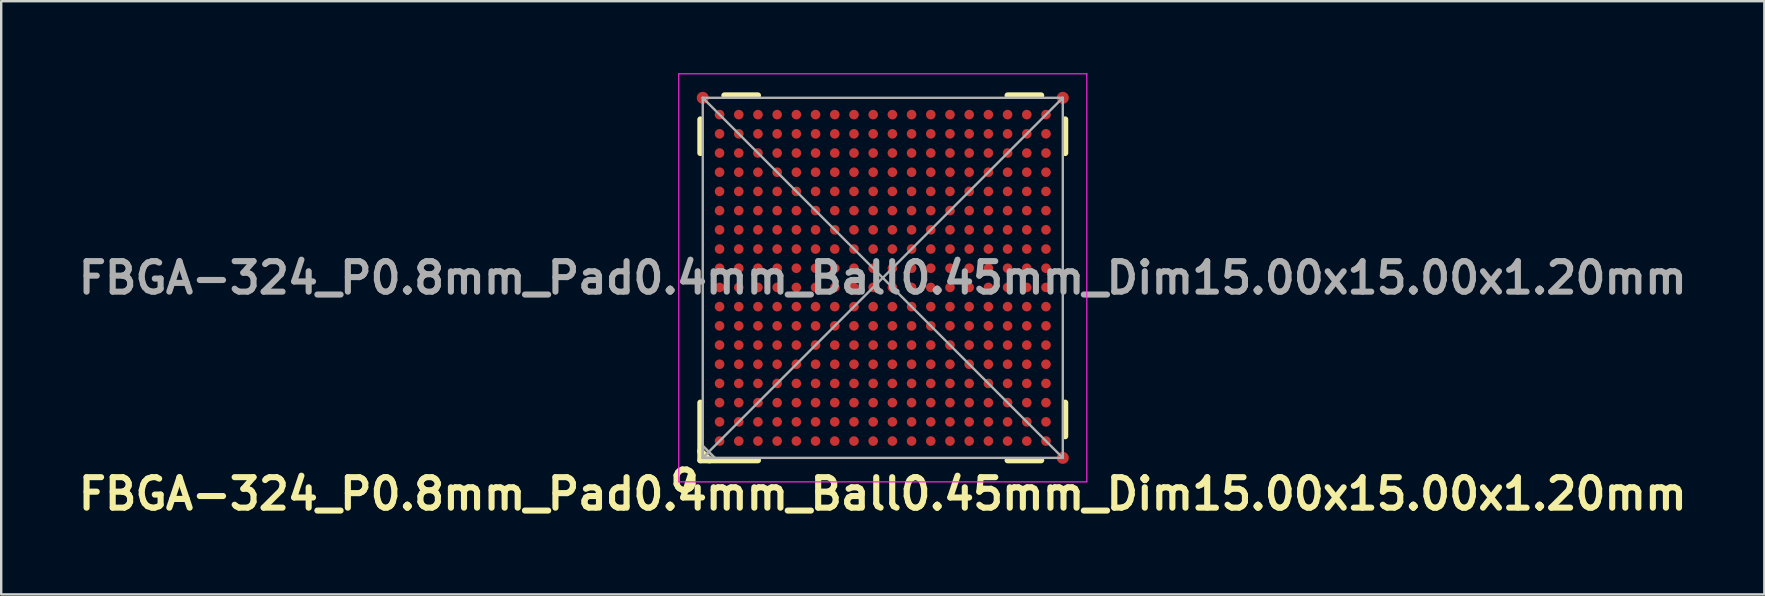
<source format=kicad_pcb>
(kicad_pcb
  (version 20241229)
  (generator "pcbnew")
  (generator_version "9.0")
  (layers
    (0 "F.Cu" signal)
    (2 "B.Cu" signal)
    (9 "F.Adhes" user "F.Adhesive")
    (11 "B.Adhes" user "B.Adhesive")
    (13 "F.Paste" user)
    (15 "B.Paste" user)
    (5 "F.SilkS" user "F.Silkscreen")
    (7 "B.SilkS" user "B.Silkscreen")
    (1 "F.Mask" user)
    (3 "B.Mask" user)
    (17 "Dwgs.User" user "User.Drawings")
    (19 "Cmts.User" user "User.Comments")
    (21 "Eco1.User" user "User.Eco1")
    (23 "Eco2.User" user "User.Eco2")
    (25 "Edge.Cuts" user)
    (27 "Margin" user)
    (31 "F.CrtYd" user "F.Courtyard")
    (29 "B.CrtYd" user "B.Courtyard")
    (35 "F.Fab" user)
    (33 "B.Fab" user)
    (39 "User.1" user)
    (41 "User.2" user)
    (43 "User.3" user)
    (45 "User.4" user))
  (footprint "FBGA-324_P0.8mm_Pad0.4mm_Ball0.45mm_Dim15.00x15.00x1.20mm"
    (layer "F.Cu")
    (at 33.728 8.525)
    (property "Reference" "FBGA-324_P0.8mm_Pad0.4mm_Ball0.45mm_Dim15.00x15.00x1.20mm" (at 0 9 0) (layer "F.SilkS") (effects (font (size 1.27 1.27) (thickness 0.254) (bold yes))))
    (attr smd)
    (fp_line (start -7.6 -5.2) (end -7.6 -6.6) (stroke (width 0.254) (type solid)) (layer "F.SilkS"))
    (fp_line (start -7.6 7.2) (end -7.2 7.6) (stroke (width 0.254) (type default)) (layer "F.SilkS"))
    (fp_line (start -7.6 7.25) (end -7.25 7.6) (stroke (width 0.254) (type default)) (layer "F.SilkS"))
    (fp_line (start -7.6 7.6) (end -7.6 5.2) (stroke (width 0.254) (type solid)) (layer "F.SilkS"))
    (fp_line (start -6.6 -7.6) (end -5.2 -7.6) (stroke (width 0.254) (type solid)) (layer "F.SilkS"))
    (fp_line (start -5.2 7.6) (end -7.6 7.6) (stroke (width 0.254) (type solid)) (layer "F.SilkS"))
    (fp_line (start 5.2 -7.6) (end 6.6 -7.6) (stroke (width 0.254) (type solid)) (layer "F.SilkS"))
    (fp_line (start 6.6 7.6) (end 5.2 7.6) (stroke (width 0.254) (type solid)) (layer "F.SilkS"))
    (fp_line (start 7.6 -6.6) (end 7.6 -5.2) (stroke (width 0.254) (type solid)) (layer "F.SilkS"))
    (fp_line (start 7.6 5.2) (end 7.6 6.6) (stroke (width 0.254) (type solid)) (layer "F.SilkS"))
    (fp_line (start -8.5 -8.5) (end -8.5 8.5) (stroke (width 0.05) (type solid)) (layer "F.CrtYd"))
    (fp_line (start -8.5 8.5) (end 8.5 8.5) (stroke (width 0.05) (type solid)) (layer "F.CrtYd"))
    (fp_line (start 8.5 -8.5) (end -8.5 -8.5) (stroke (width 0.05) (type solid)) (layer "F.CrtYd"))
    (fp_line (start 8.5 8.5) (end 8.5 -8.5) (stroke (width 0.05) (type solid)) (layer "F.CrtYd"))
    (fp_line (start -7.5 -7.5) (end 7.5 -7.5) (stroke (width 0.1) (type solid)) (layer "F.Fab"))
    (fp_line (start -7.5 -7.5) (end 7.5 7.5) (stroke (width 0.1) (type default)) (layer "F.Fab"))
    (fp_line (start -7.5 7.5) (end -7.5 -7.5) (stroke (width 0.1) (type solid)) (layer "F.Fab"))
    (fp_line (start -7 7.5) (end -7.5 7) (stroke (width 0.1) (type solid)) (layer "F.Fab"))
    (fp_line (start 7.5 -7.5) (end -7.5 7.5) (stroke (width 0.1) (type default)) (layer "F.Fab"))
    (fp_line (start 7.5 -7.5) (end 7.5 7.5) (stroke (width 0.1) (type solid)) (layer "F.Fab"))
    (fp_line (start 7.5 7.5) (end -7.5 7.5) (stroke (width 0.1) (type solid)) (layer "F.Fab"))
    (fp_poly (pts (xy -7.5 7) (xy -7.5 7.5) (xy -7 7.5)) (stroke (width 0.1) (type solid)) (fill no) (layer "F.Fab"))
    (fp_text user "o" (at -9 9 0) (unlocked yes) (layer "F.SilkS") (effects (font (size 1.27 1.27) (thickness 0.254) (bold yes)) (justify left bottom)))
    (fp_text user "${REFERENCE}" (at 0 0 0) (layer "F.Fab") (effects (font (size 1.27 1.27) (thickness 0.254) (bold yes))))
    (pad "" smd rect (at -6.8 -6.8 90) (size 0.42 0.42) (layers "F.Paste"))
    (pad "" smd rect (at -6.8 -6 90) (size 0.42 0.42) (layers "F.Paste"))
    (pad "" smd rect (at -6.8 -5.2 90) (size 0.42 0.42) (layers "F.Paste"))
    (pad "" smd rect (at -6.8 -4.4 90) (size 0.42 0.42) (layers "F.Paste"))
    (pad "" smd rect (at -6.8 -3.6 90) (size 0.42 0.42) (layers "F.Paste"))
    (pad "" smd rect (at -6.8 -2.8 90) (size 0.42 0.42) (layers "F.Paste"))
    (pad "" smd rect (at -6.8 -2 90) (size 0.42 0.42) (layers "F.Paste"))
    (pad "" smd rect (at -6.8 -1.2 90) (size 0.42 0.42) (layers "F.Paste"))
    (pad "" smd rect (at -6.8 -0.4 90) (size 0.42 0.42) (layers "F.Paste"))
    (pad "" smd rect (at -6.8 0.4 90) (size 0.42 0.42) (layers "F.Paste"))
    (pad "" smd rect (at -6.8 1.2 90) (size 0.42 0.42) (layers "F.Paste"))
    (pad "" smd rect (at -6.8 2 90) (size 0.42 0.42) (layers "F.Paste"))
    (pad "" smd rect (at -6.8 2.8 90) (size 0.42 0.42) (layers "F.Paste"))
    (pad "" smd rect (at -6.8 3.6 90) (size 0.42 0.42) (layers "F.Paste"))
    (pad "" smd rect (at -6.8 4.4 90) (size 0.42 0.42) (layers "F.Paste"))
    (pad "" smd rect (at -6.8 5.2 90) (size 0.42 0.42) (layers "F.Paste"))
    (pad "" smd rect (at -6.8 6 90) (size 0.42 0.42) (layers "F.Paste"))
    (pad "" smd rect (at -6.8 6.8 90) (size 0.42 0.42) (layers "F.Paste"))
    (pad "" smd rect (at -6 -6.8 90) (size 0.42 0.42) (layers "F.Paste"))
    (pad "" smd rect (at -6 -6 90) (size 0.42 0.42) (layers "F.Paste"))
    (pad "" smd rect (at -6 -5.2 90) (size 0.42 0.42) (layers "F.Paste"))
    (pad "" smd rect (at -6 -4.4 90) (size 0.42 0.42) (layers "F.Paste"))
    (pad "" smd rect (at -6 -3.6 90) (size 0.42 0.42) (layers "F.Paste"))
    (pad "" smd rect (at -6 -2.8 90) (size 0.42 0.42) (layers "F.Paste"))
    (pad "" smd rect (at -6 -2 90) (size 0.42 0.42) (layers "F.Paste"))
    (pad "" smd rect (at -6 -1.2 90) (size 0.42 0.42) (layers "F.Paste"))
    (pad "" smd rect (at -6 -0.4 90) (size 0.42 0.42) (layers "F.Paste"))
    (pad "" smd rect (at -6 0.4 90) (size 0.42 0.42) (layers "F.Paste"))
    (pad "" smd rect (at -6 1.2 90) (size 0.42 0.42) (layers "F.Paste"))
    (pad "" smd rect (at -6 2 90) (size 0.42 0.42) (layers "F.Paste"))
    (pad "" smd rect (at -6 2.8 90) (size 0.42 0.42) (layers "F.Paste"))
    (pad "" smd rect (at -6 3.6 90) (size 0.42 0.42) (layers "F.Paste"))
    (pad "" smd rect (at -6 4.4 90) (size 0.42 0.42) (layers "F.Paste"))
    (pad "" smd rect (at -6 5.2 90) (size 0.42 0.42) (layers "F.Paste"))
    (pad "" smd rect (at -6 6 90) (size 0.42 0.42) (layers "F.Paste"))
    (pad "" smd rect (at -6 6.8 90) (size 0.42 0.42) (layers "F.Paste"))
    (pad "" smd rect (at -5.2 -6.8 90) (size 0.42 0.42) (layers "F.Paste"))
    (pad "" smd rect (at -5.2 -6 90) (size 0.42 0.42) (layers "F.Paste"))
    (pad "" smd rect (at -5.2 -5.2 90) (size 0.42 0.42) (layers "F.Paste"))
    (pad "" smd rect (at -5.2 -4.4 90) (size 0.42 0.42) (layers "F.Paste"))
    (pad "" smd rect (at -5.2 -3.6 90) (size 0.42 0.42) (layers "F.Paste"))
    (pad "" smd rect (at -5.2 -2.8 90) (size 0.42 0.42) (layers "F.Paste"))
    (pad "" smd rect (at -5.2 -2 90) (size 0.42 0.42) (layers "F.Paste"))
    (pad "" smd rect (at -5.2 -1.2 90) (size 0.42 0.42) (layers "F.Paste"))
    (pad "" smd rect (at -5.2 -0.4 90) (size 0.42 0.42) (layers "F.Paste"))
    (pad "" smd rect (at -5.2 0.4 90) (size 0.42 0.42) (layers "F.Paste"))
    (pad "" smd rect (at -5.2 1.2 90) (size 0.42 0.42) (layers "F.Paste"))
    (pad "" smd rect (at -5.2 2 90) (size 0.42 0.42) (layers "F.Paste"))
    (pad "" smd rect (at -5.2 2.8 90) (size 0.42 0.42) (layers "F.Paste"))
    (pad "" smd rect (at -5.2 3.6 90) (size 0.42 0.42) (layers "F.Paste"))
    (pad "" smd rect (at -5.2 4.4 90) (size 0.42 0.42) (layers "F.Paste"))
    (pad "" smd rect (at -5.2 5.2 90) (size 0.42 0.42) (layers "F.Paste"))
    (pad "" smd rect (at -5.2 6 90) (size 0.42 0.42) (layers "F.Paste"))
    (pad "" smd rect (at -5.2 6.8 90) (size 0.42 0.42) (layers "F.Paste"))
    (pad "" smd rect (at -4.4 -6.8 90) (size 0.42 0.42) (layers "F.Paste"))
    (pad "" smd rect (at -4.4 -6 90) (size 0.42 0.42) (layers "F.Paste"))
    (pad "" smd rect (at -4.4 -5.2 90) (size 0.42 0.42) (layers "F.Paste"))
    (pad "" smd rect (at -4.4 -4.4 90) (size 0.42 0.42) (layers "F.Paste"))
    (pad "" smd rect (at -4.4 -3.6 90) (size 0.42 0.42) (layers "F.Paste"))
    (pad "" smd rect (at -4.4 -2.8 90) (size 0.42 0.42) (layers "F.Paste"))
    (pad "" smd rect (at -4.4 -2 90) (size 0.42 0.42) (layers "F.Paste"))
    (pad "" smd rect (at -4.4 -1.2 90) (size 0.42 0.42) (layers "F.Paste"))
    (pad "" smd rect (at -4.4 -0.4 90) (size 0.42 0.42) (layers "F.Paste"))
    (pad "" smd rect (at -4.4 0.4 90) (size 0.42 0.42) (layers "F.Paste"))
    (pad "" smd rect (at -4.4 1.2 90) (size 0.42 0.42) (layers "F.Paste"))
    (pad "" smd rect (at -4.4 2 90) (size 0.42 0.42) (layers "F.Paste"))
    (pad "" smd rect (at -4.4 2.8 90) (size 0.42 0.42) (layers "F.Paste"))
    (pad "" smd rect (at -4.4 3.6 90) (size 0.42 0.42) (layers "F.Paste"))
    (pad "" smd rect (at -4.4 4.4 90) (size 0.42 0.42) (layers "F.Paste"))
    (pad "" smd rect (at -4.4 5.2 90) (size 0.42 0.42) (layers "F.Paste"))
    (pad "" smd rect (at -4.4 6 90) (size 0.42 0.42) (layers "F.Paste"))
    (pad "" smd rect (at -4.4 6.8 90) (size 0.42 0.42) (layers "F.Paste"))
    (pad "" smd rect (at -3.6 -6.8 90) (size 0.42 0.42) (layers "F.Paste"))
    (pad "" smd rect (at -3.6 -6 90) (size 0.42 0.42) (layers "F.Paste"))
    (pad "" smd rect (at -3.6 -5.2 90) (size 0.42 0.42) (layers "F.Paste"))
    (pad "" smd rect (at -3.6 -4.4 90) (size 0.42 0.42) (layers "F.Paste"))
    (pad "" smd rect (at -3.6 -3.6 90) (size 0.42 0.42) (layers "F.Paste"))
    (pad "" smd rect (at -3.6 -2.8 90) (size 0.42 0.42) (layers "F.Paste"))
    (pad "" smd rect (at -3.6 -2 90) (size 0.42 0.42) (layers "F.Paste"))
    (pad "" smd rect (at -3.6 -1.2 90) (size 0.42 0.42) (layers "F.Paste"))
    (pad "" smd rect (at -3.6 -0.4 90) (size 0.42 0.42) (layers "F.Paste"))
    (pad "" smd rect (at -3.6 0.4 90) (size 0.42 0.42) (layers "F.Paste"))
    (pad "" smd rect (at -3.6 1.2 90) (size 0.42 0.42) (layers "F.Paste"))
    (pad "" smd rect (at -3.6 2 90) (size 0.42 0.42) (layers "F.Paste"))
    (pad "" smd rect (at -3.6 2.8 90) (size 0.42 0.42) (layers "F.Paste"))
    (pad "" smd rect (at -3.6 3.6 90) (size 0.42 0.42) (layers "F.Paste"))
    (pad "" smd rect (at -3.6 4.4 90) (size 0.42 0.42) (layers "F.Paste"))
    (pad "" smd rect (at -3.6 5.2 90) (size 0.42 0.42) (layers "F.Paste"))
    (pad "" smd rect (at -3.6 6 90) (size 0.42 0.42) (layers "F.Paste"))
    (pad "" smd rect (at -3.6 6.8 90) (size 0.42 0.42) (layers "F.Paste"))
    (pad "" smd rect (at -2.8 -6.8 90) (size 0.42 0.42) (layers "F.Paste"))
    (pad "" smd rect (at -2.8 -6 90) (size 0.42 0.42) (layers "F.Paste"))
    (pad "" smd rect (at -2.8 -5.2 90) (size 0.42 0.42) (layers "F.Paste"))
    (pad "" smd rect (at -2.8 -4.4 90) (size 0.42 0.42) (layers "F.Paste"))
    (pad "" smd rect (at -2.8 -3.6 90) (size 0.42 0.42) (layers "F.Paste"))
    (pad "" smd rect (at -2.8 -2.8 90) (size 0.42 0.42) (layers "F.Paste"))
    (pad "" smd rect (at -2.8 -2 90) (size 0.42 0.42) (layers "F.Paste"))
    (pad "" smd rect (at -2.8 -1.2 90) (size 0.42 0.42) (layers "F.Paste"))
    (pad "" smd rect (at -2.8 -0.4 90) (size 0.42 0.42) (layers "F.Paste"))
    (pad "" smd rect (at -2.8 0.4 90) (size 0.42 0.42) (layers "F.Paste"))
    (pad "" smd rect (at -2.8 1.2 90) (size 0.42 0.42) (layers "F.Paste"))
    (pad "" smd rect (at -2.8 2 90) (size 0.42 0.42) (layers "F.Paste"))
    (pad "" smd rect (at -2.8 2.8 90) (size 0.42 0.42) (layers "F.Paste"))
    (pad "" smd rect (at -2.8 3.6 90) (size 0.42 0.42) (layers "F.Paste"))
    (pad "" smd rect (at -2.8 4.4 90) (size 0.42 0.42) (layers "F.Paste"))
    (pad "" smd rect (at -2.8 5.2 90) (size 0.42 0.42) (layers "F.Paste"))
    (pad "" smd rect (at -2.8 6 90) (size 0.42 0.42) (layers "F.Paste"))
    (pad "" smd rect (at -2.8 6.8 90) (size 0.42 0.42) (layers "F.Paste"))
    (pad "" smd rect (at -2 -6.8 90) (size 0.42 0.42) (layers "F.Paste"))
    (pad "" smd rect (at -2 -6 90) (size 0.42 0.42) (layers "F.Paste"))
    (pad "" smd rect (at -2 -5.2 90) (size 0.42 0.42) (layers "F.Paste"))
    (pad "" smd rect (at -2 -4.4 90) (size 0.42 0.42) (layers "F.Paste"))
    (pad "" smd rect (at -2 -3.6 90) (size 0.42 0.42) (layers "F.Paste"))
    (pad "" smd rect (at -2 -2.8 90) (size 0.42 0.42) (layers "F.Paste"))
    (pad "" smd rect (at -2 -2 90) (size 0.42 0.42) (layers "F.Paste"))
    (pad "" smd rect (at -2 -1.2 90) (size 0.42 0.42) (layers "F.Paste"))
    (pad "" smd rect (at -2 -0.4 90) (size 0.42 0.42) (layers "F.Paste"))
    (pad "" smd rect (at -2 0.4 90) (size 0.42 0.42) (layers "F.Paste"))
    (pad "" smd rect (at -2 1.2 90) (size 0.42 0.42) (layers "F.Paste"))
    (pad "" smd rect (at -2 2 90) (size 0.42 0.42) (layers "F.Paste"))
    (pad "" smd rect (at -2 2.8 90) (size 0.42 0.42) (layers "F.Paste"))
    (pad "" smd rect (at -2 3.6 90) (size 0.42 0.42) (layers "F.Paste"))
    (pad "" smd rect (at -2 4.4 90) (size 0.42 0.42) (layers "F.Paste"))
    (pad "" smd rect (at -2 5.2 90) (size 0.42 0.42) (layers "F.Paste"))
    (pad "" smd rect (at -2 6 90) (size 0.42 0.42) (layers "F.Paste"))
    (pad "" smd rect (at -2 6.8 90) (size 0.42 0.42) (layers "F.Paste"))
    (pad "" smd rect (at -1.2 -6.8 90) (size 0.42 0.42) (layers "F.Paste"))
    (pad "" smd rect (at -1.2 -6 90) (size 0.42 0.42) (layers "F.Paste"))
    (pad "" smd rect (at -1.2 -5.2 90) (size 0.42 0.42) (layers "F.Paste"))
    (pad "" smd rect (at -1.2 -4.4 90) (size 0.42 0.42) (layers "F.Paste"))
    (pad "" smd rect (at -1.2 -3.6 90) (size 0.42 0.42) (layers "F.Paste"))
    (pad "" smd rect (at -1.2 -2.8 90) (size 0.42 0.42) (layers "F.Paste"))
    (pad "" smd rect (at -1.2 -2 90) (size 0.42 0.42) (layers "F.Paste"))
    (pad "" smd rect (at -1.2 -1.2 90) (size 0.42 0.42) (layers "F.Paste"))
    (pad "" smd rect (at -1.2 -0.4 90) (size 0.42 0.42) (layers "F.Paste"))
    (pad "" smd rect (at -1.2 0.4 90) (size 0.42 0.42) (layers "F.Paste"))
    (pad "" smd rect (at -1.2 1.2 90) (size 0.42 0.42) (layers "F.Paste"))
    (pad "" smd rect (at -1.2 2 90) (size 0.42 0.42) (layers "F.Paste"))
    (pad "" smd rect (at -1.2 2.8 90) (size 0.42 0.42) (layers "F.Paste"))
    (pad "" smd rect (at -1.2 3.6 90) (size 0.42 0.42) (layers "F.Paste"))
    (pad "" smd rect (at -1.2 4.4 90) (size 0.42 0.42) (layers "F.Paste"))
    (pad "" smd rect (at -1.2 5.2 90) (size 0.42 0.42) (layers "F.Paste"))
    (pad "" smd rect (at -1.2 6 90) (size 0.42 0.42) (layers "F.Paste"))
    (pad "" smd rect (at -1.2 6.8 90) (size 0.42 0.42) (layers "F.Paste"))
    (pad "" smd rect (at -0.4 -6.8 90) (size 0.42 0.42) (layers "F.Paste"))
    (pad "" smd rect (at -0.4 -6 90) (size 0.42 0.42) (layers "F.Paste"))
    (pad "" smd rect (at -0.4 -5.2 90) (size 0.42 0.42) (layers "F.Paste"))
    (pad "" smd rect (at -0.4 -4.4 90) (size 0.42 0.42) (layers "F.Paste"))
    (pad "" smd rect (at -0.4 -3.6 90) (size 0.42 0.42) (layers "F.Paste"))
    (pad "" smd rect (at -0.4 -2.8 90) (size 0.42 0.42) (layers "F.Paste"))
    (pad "" smd rect (at -0.4 -2 90) (size 0.42 0.42) (layers "F.Paste"))
    (pad "" smd rect (at -0.4 -1.2 90) (size 0.42 0.42) (layers "F.Paste"))
    (pad "" smd rect (at -0.4 -0.4 90) (size 0.42 0.42) (layers "F.Paste"))
    (pad "" smd rect (at -0.4 0.4 90) (size 0.42 0.42) (layers "F.Paste"))
    (pad "" smd rect (at -0.4 1.2 90) (size 0.42 0.42) (layers "F.Paste"))
    (pad "" smd rect (at -0.4 2 90) (size 0.42 0.42) (layers "F.Paste"))
    (pad "" smd rect (at -0.4 2.8 90) (size 0.42 0.42) (layers "F.Paste"))
    (pad "" smd rect (at -0.4 3.6 90) (size 0.42 0.42) (layers "F.Paste"))
    (pad "" smd rect (at -0.4 4.4 90) (size 0.42 0.42) (layers "F.Paste"))
    (pad "" smd rect (at -0.4 5.2 90) (size 0.42 0.42) (layers "F.Paste"))
    (pad "" smd rect (at -0.4 6 90) (size 0.42 0.42) (layers "F.Paste"))
    (pad "" smd rect (at -0.4 6.8 90) (size 0.42 0.42) (layers "F.Paste"))
    (pad "" smd rect (at 0.4 -6.8 90) (size 0.42 0.42) (layers "F.Paste"))
    (pad "" smd rect (at 0.4 -6 90) (size 0.42 0.42) (layers "F.Paste"))
    (pad "" smd rect (at 0.4 -5.2 90) (size 0.42 0.42) (layers "F.Paste"))
    (pad "" smd rect (at 0.4 -4.4 90) (size 0.42 0.42) (layers "F.Paste"))
    (pad "" smd rect (at 0.4 -3.6 90) (size 0.42 0.42) (layers "F.Paste"))
    (pad "" smd rect (at 0.4 -2.8 90) (size 0.42 0.42) (layers "F.Paste"))
    (pad "" smd rect (at 0.4 -2 90) (size 0.42 0.42) (layers "F.Paste"))
    (pad "" smd rect (at 0.4 -1.2 90) (size 0.42 0.42) (layers "F.Paste"))
    (pad "" smd rect (at 0.4 -0.4 90) (size 0.42 0.42) (layers "F.Paste"))
    (pad "" smd rect (at 0.4 0.4 90) (size 0.42 0.42) (layers "F.Paste"))
    (pad "" smd rect (at 0.4 1.2 90) (size 0.42 0.42) (layers "F.Paste"))
    (pad "" smd rect (at 0.4 2 90) (size 0.42 0.42) (layers "F.Paste"))
    (pad "" smd rect (at 0.4 2.8 90) (size 0.42 0.42) (layers "F.Paste"))
    (pad "" smd rect (at 0.4 3.6 90) (size 0.42 0.42) (layers "F.Paste"))
    (pad "" smd rect (at 0.4 4.4 90) (size 0.42 0.42) (layers "F.Paste"))
    (pad "" smd rect (at 0.4 5.2 90) (size 0.42 0.42) (layers "F.Paste"))
    (pad "" smd rect (at 0.4 6 90) (size 0.42 0.42) (layers "F.Paste"))
    (pad "" smd rect (at 0.4 6.8 90) (size 0.42 0.42) (layers "F.Paste"))
    (pad "" smd rect (at 1.2 -6.8 90) (size 0.42 0.42) (layers "F.Paste"))
    (pad "" smd rect (at 1.2 -6 90) (size 0.42 0.42) (layers "F.Paste"))
    (pad "" smd rect (at 1.2 -5.2 90) (size 0.42 0.42) (layers "F.Paste"))
    (pad "" smd rect (at 1.2 -4.4 90) (size 0.42 0.42) (layers "F.Paste"))
    (pad "" smd rect (at 1.2 -3.6 90) (size 0.42 0.42) (layers "F.Paste"))
    (pad "" smd rect (at 1.2 -2.8 90) (size 0.42 0.42) (layers "F.Paste"))
    (pad "" smd rect (at 1.2 -2 90) (size 0.42 0.42) (layers "F.Paste"))
    (pad "" smd rect (at 1.2 -1.2 90) (size 0.42 0.42) (layers "F.Paste"))
    (pad "" smd rect (at 1.2 -0.4 90) (size 0.42 0.42) (layers "F.Paste"))
    (pad "" smd rect (at 1.2 0.4 90) (size 0.42 0.42) (layers "F.Paste"))
    (pad "" smd rect (at 1.2 1.2 90) (size 0.42 0.42) (layers "F.Paste"))
    (pad "" smd rect (at 1.2 2 90) (size 0.42 0.42) (layers "F.Paste"))
    (pad "" smd rect (at 1.2 2.8 90) (size 0.42 0.42) (layers "F.Paste"))
    (pad "" smd rect (at 1.2 3.6 90) (size 0.42 0.42) (layers "F.Paste"))
    (pad "" smd rect (at 1.2 4.4 90) (size 0.42 0.42) (layers "F.Paste"))
    (pad "" smd rect (at 1.2 5.2 90) (size 0.42 0.42) (layers "F.Paste"))
    (pad "" smd rect (at 1.2 6 90) (size 0.42 0.42) (layers "F.Paste"))
    (pad "" smd rect (at 1.2 6.8 90) (size 0.42 0.42) (layers "F.Paste"))
    (pad "" smd rect (at 2 -6.8 90) (size 0.42 0.42) (layers "F.Paste"))
    (pad "" smd rect (at 2 -6 90) (size 0.42 0.42) (layers "F.Paste"))
    (pad "" smd rect (at 2 -5.2 90) (size 0.42 0.42) (layers "F.Paste"))
    (pad "" smd rect (at 2 -4.4 90) (size 0.42 0.42) (layers "F.Paste"))
    (pad "" smd rect (at 2 -3.6 90) (size 0.42 0.42) (layers "F.Paste"))
    (pad "" smd rect (at 2 -2.8 90) (size 0.42 0.42) (layers "F.Paste"))
    (pad "" smd rect (at 2 -2 90) (size 0.42 0.42) (layers "F.Paste"))
    (pad "" smd rect (at 2 -1.2 90) (size 0.42 0.42) (layers "F.Paste"))
    (pad "" smd rect (at 2 -0.4 90) (size 0.42 0.42) (layers "F.Paste"))
    (pad "" smd rect (at 2 0.4 90) (size 0.42 0.42) (layers "F.Paste"))
    (pad "" smd rect (at 2 1.2 90) (size 0.42 0.42) (layers "F.Paste"))
    (pad "" smd rect (at 2 2 90) (size 0.42 0.42) (layers "F.Paste"))
    (pad "" smd rect (at 2 2.8 90) (size 0.42 0.42) (layers "F.Paste"))
    (pad "" smd rect (at 2 3.6 90) (size 0.42 0.42) (layers "F.Paste"))
    (pad "" smd rect (at 2 4.4 90) (size 0.42 0.42) (layers "F.Paste"))
    (pad "" smd rect (at 2 5.2 90) (size 0.42 0.42) (layers "F.Paste"))
    (pad "" smd rect (at 2 6 90) (size 0.42 0.42) (layers "F.Paste"))
    (pad "" smd rect (at 2 6.8 90) (size 0.42 0.42) (layers "F.Paste"))
    (pad "" smd rect (at 2.8 -6.8 90) (size 0.42 0.42) (layers "F.Paste"))
    (pad "" smd rect (at 2.8 -6 90) (size 0.42 0.42) (layers "F.Paste"))
    (pad "" smd rect (at 2.8 -5.2 90) (size 0.42 0.42) (layers "F.Paste"))
    (pad "" smd rect (at 2.8 -4.4 90) (size 0.42 0.42) (layers "F.Paste"))
    (pad "" smd rect (at 2.8 -3.6 90) (size 0.42 0.42) (layers "F.Paste"))
    (pad "" smd rect (at 2.8 -2.8 90) (size 0.42 0.42) (layers "F.Paste"))
    (pad "" smd rect (at 2.8 -2 90) (size 0.42 0.42) (layers "F.Paste"))
    (pad "" smd rect (at 2.8 -1.2 90) (size 0.42 0.42) (layers "F.Paste"))
    (pad "" smd rect (at 2.8 -0.4 90) (size 0.42 0.42) (layers "F.Paste"))
    (pad "" smd rect (at 2.8 0.4 90) (size 0.42 0.42) (layers "F.Paste"))
    (pad "" smd rect (at 2.8 1.2 90) (size 0.42 0.42) (layers "F.Paste"))
    (pad "" smd rect (at 2.8 2 90) (size 0.42 0.42) (layers "F.Paste"))
    (pad "" smd rect (at 2.8 2.8 90) (size 0.42 0.42) (layers "F.Paste"))
    (pad "" smd rect (at 2.8 3.6 90) (size 0.42 0.42) (layers "F.Paste"))
    (pad "" smd rect (at 2.8 4.4 90) (size 0.42 0.42) (layers "F.Paste"))
    (pad "" smd rect (at 2.8 5.2 90) (size 0.42 0.42) (layers "F.Paste"))
    (pad "" smd rect (at 2.8 6 90) (size 0.42 0.42) (layers "F.Paste"))
    (pad "" smd rect (at 2.8 6.8 90) (size 0.42 0.42) (layers "F.Paste"))
    (pad "" smd rect (at 3.6 -6.8 90) (size 0.42 0.42) (layers "F.Paste"))
    (pad "" smd rect (at 3.6 -6 90) (size 0.42 0.42) (layers "F.Paste"))
    (pad "" smd rect (at 3.6 -5.2 90) (size 0.42 0.42) (layers "F.Paste"))
    (pad "" smd rect (at 3.6 -4.4 90) (size 0.42 0.42) (layers "F.Paste"))
    (pad "" smd rect (at 3.6 -3.6 90) (size 0.42 0.42) (layers "F.Paste"))
    (pad "" smd rect (at 3.6 -2.8 90) (size 0.42 0.42) (layers "F.Paste"))
    (pad "" smd rect (at 3.6 -2 90) (size 0.42 0.42) (layers "F.Paste"))
    (pad "" smd rect (at 3.6 -1.2 90) (size 0.42 0.42) (layers "F.Paste"))
    (pad "" smd rect (at 3.6 -0.4 90) (size 0.42 0.42) (layers "F.Paste"))
    (pad "" smd rect (at 3.6 0.4 90) (size 0.42 0.42) (layers "F.Paste"))
    (pad "" smd rect (at 3.6 1.2 90) (size 0.42 0.42) (layers "F.Paste"))
    (pad "" smd rect (at 3.6 2 90) (size 0.42 0.42) (layers "F.Paste"))
    (pad "" smd rect (at 3.6 2.8 90) (size 0.42 0.42) (layers "F.Paste"))
    (pad "" smd rect (at 3.6 3.6 90) (size 0.42 0.42) (layers "F.Paste"))
    (pad "" smd rect (at 3.6 4.4 90) (size 0.42 0.42) (layers "F.Paste"))
    (pad "" smd rect (at 3.6 5.2 90) (size 0.42 0.42) (layers "F.Paste"))
    (pad "" smd rect (at 3.6 6 90) (size 0.42 0.42) (layers "F.Paste"))
    (pad "" smd rect (at 3.6 6.8 90) (size 0.42 0.42) (layers "F.Paste"))
    (pad "" smd rect (at 4.4 -6.8 90) (size 0.42 0.42) (layers "F.Paste"))
    (pad "" smd rect (at 4.4 -6 90) (size 0.42 0.42) (layers "F.Paste"))
    (pad "" smd rect (at 4.4 -5.2 90) (size 0.42 0.42) (layers "F.Paste"))
    (pad "" smd rect (at 4.4 -4.4 90) (size 0.42 0.42) (layers "F.Paste"))
    (pad "" smd rect (at 4.4 -3.6 90) (size 0.42 0.42) (layers "F.Paste"))
    (pad "" smd rect (at 4.4 -2.8 90) (size 0.42 0.42) (layers "F.Paste"))
    (pad "" smd rect (at 4.4 -2 90) (size 0.42 0.42) (layers "F.Paste"))
    (pad "" smd rect (at 4.4 -1.2 90) (size 0.42 0.42) (layers "F.Paste"))
    (pad "" smd rect (at 4.4 -0.4 90) (size 0.42 0.42) (layers "F.Paste"))
    (pad "" smd rect (at 4.4 0.4 90) (size 0.42 0.42) (layers "F.Paste"))
    (pad "" smd rect (at 4.4 1.2 90) (size 0.42 0.42) (layers "F.Paste"))
    (pad "" smd rect (at 4.4 2 90) (size 0.42 0.42) (layers "F.Paste"))
    (pad "" smd rect (at 4.4 2.8 90) (size 0.42 0.42) (layers "F.Paste"))
    (pad "" smd rect (at 4.4 3.6 90) (size 0.42 0.42) (layers "F.Paste"))
    (pad "" smd rect (at 4.4 4.4 90) (size 0.42 0.42) (layers "F.Paste"))
    (pad "" smd rect (at 4.4 5.2 90) (size 0.42 0.42) (layers "F.Paste"))
    (pad "" smd rect (at 4.4 6 90) (size 0.42 0.42) (layers "F.Paste"))
    (pad "" smd rect (at 4.4 6.8 90) (size 0.42 0.42) (layers "F.Paste"))
    (pad "" smd rect (at 5.2 -6.8 90) (size 0.42 0.42) (layers "F.Paste"))
    (pad "" smd rect (at 5.2 -6 90) (size 0.42 0.42) (layers "F.Paste"))
    (pad "" smd rect (at 5.2 -5.2 90) (size 0.42 0.42) (layers "F.Paste"))
    (pad "" smd rect (at 5.2 -4.4 90) (size 0.42 0.42) (layers "F.Paste"))
    (pad "" smd rect (at 5.2 -3.6 90) (size 0.42 0.42) (layers "F.Paste"))
    (pad "" smd rect (at 5.2 -2.8 90) (size 0.42 0.42) (layers "F.Paste"))
    (pad "" smd rect (at 5.2 -2 90) (size 0.42 0.42) (layers "F.Paste"))
    (pad "" smd rect (at 5.2 -1.2 90) (size 0.42 0.42) (layers "F.Paste"))
    (pad "" smd rect (at 5.2 -0.4 90) (size 0.42 0.42) (layers "F.Paste"))
    (pad "" smd rect (at 5.2 0.4 90) (size 0.42 0.42) (layers "F.Paste"))
    (pad "" smd rect (at 5.2 1.2 90) (size 0.42 0.42) (layers "F.Paste"))
    (pad "" smd rect (at 5.2 2 90) (size 0.42 0.42) (layers "F.Paste"))
    (pad "" smd rect (at 5.2 2.8 90) (size 0.42 0.42) (layers "F.Paste"))
    (pad "" smd rect (at 5.2 3.6 90) (size 0.42 0.42) (layers "F.Paste"))
    (pad "" smd rect (at 5.2 4.4 90) (size 0.42 0.42) (layers "F.Paste"))
    (pad "" smd rect (at 5.2 5.2 90) (size 0.42 0.42) (layers "F.Paste"))
    (pad "" smd rect (at 5.2 6 90) (size 0.42 0.42) (layers "F.Paste"))
    (pad "" smd rect (at 5.2 6.8 90) (size 0.42 0.42) (layers "F.Paste"))
    (pad "" smd rect (at 6 -6.8 90) (size 0.42 0.42) (layers "F.Paste"))
    (pad "" smd rect (at 6 -6 90) (size 0.42 0.42) (layers "F.Paste"))
    (pad "" smd rect (at 6 -5.2 90) (size 0.42 0.42) (layers "F.Paste"))
    (pad "" smd rect (at 6 -4.4 90) (size 0.42 0.42) (layers "F.Paste"))
    (pad "" smd rect (at 6 -3.6 90) (size 0.42 0.42) (layers "F.Paste"))
    (pad "" smd rect (at 6 -2.8 90) (size 0.42 0.42) (layers "F.Paste"))
    (pad "" smd rect (at 6 -2 90) (size 0.42 0.42) (layers "F.Paste"))
    (pad "" smd rect (at 6 -1.2 90) (size 0.42 0.42) (layers "F.Paste"))
    (pad "" smd rect (at 6 -0.4 90) (size 0.42 0.42) (layers "F.Paste"))
    (pad "" smd rect (at 6 0.4 90) (size 0.42 0.42) (layers "F.Paste"))
    (pad "" smd rect (at 6 1.2 90) (size 0.42 0.42) (layers "F.Paste"))
    (pad "" smd rect (at 6 2 90) (size 0.42 0.42) (layers "F.Paste"))
    (pad "" smd rect (at 6 2.8 90) (size 0.42 0.42) (layers "F.Paste"))
    (pad "" smd rect (at 6 3.6 90) (size 0.42 0.42) (layers "F.Paste"))
    (pad "" smd rect (at 6 4.4 90) (size 0.42 0.42) (layers "F.Paste"))
    (pad "" smd rect (at 6 5.2 90) (size 0.42 0.42) (layers "F.Paste"))
    (pad "" smd rect (at 6 6 90) (size 0.42 0.42) (layers "F.Paste"))
    (pad "" smd rect (at 6 6.8 90) (size 0.42 0.42) (layers "F.Paste"))
    (pad "" smd rect (at 6.8 -6.8 90) (size 0.42 0.42) (layers "F.Paste"))
    (pad "" smd rect (at 6.8 -6 90) (size 0.42 0.42) (layers "F.Paste"))
    (pad "" smd rect (at 6.8 -5.2 90) (size 0.42 0.42) (layers "F.Paste"))
    (pad "" smd rect (at 6.8 -4.4 90) (size 0.42 0.42) (layers "F.Paste"))
    (pad "" smd rect (at 6.8 -3.6 90) (size 0.42 0.42) (layers "F.Paste"))
    (pad "" smd rect (at 6.8 -2.8 90) (size 0.42 0.42) (layers "F.Paste"))
    (pad "" smd rect (at 6.8 -2 90) (size 0.42 0.42) (layers "F.Paste"))
    (pad "" smd rect (at 6.8 -1.2 90) (size 0.42 0.42) (layers "F.Paste"))
    (pad "" smd rect (at 6.8 -0.4 90) (size 0.42 0.42) (layers "F.Paste"))
    (pad "" smd rect (at 6.8 0.4 90) (size 0.42 0.42) (layers "F.Paste"))
    (pad "" smd rect (at 6.8 1.2 90) (size 0.42 0.42) (layers "F.Paste"))
    (pad "" smd rect (at 6.8 2 90) (size 0.42 0.42) (layers "F.Paste"))
    (pad "" smd rect (at 6.8 2.8 90) (size 0.42 0.42) (layers "F.Paste"))
    (pad "" smd rect (at 6.8 3.6 90) (size 0.42 0.42) (layers "F.Paste"))
    (pad "" smd rect (at 6.8 4.4 90) (size 0.42 0.42) (layers "F.Paste"))
    (pad "" smd rect (at 6.8 5.2 90) (size 0.42 0.42) (layers "F.Paste"))
    (pad "" smd rect (at 6.8 6 90) (size 0.42 0.42) (layers "F.Paste"))
    (pad "" smd rect (at 6.8 6.8 90) (size 0.42 0.42) (layers "F.Paste"))
    (pad "A1" smd circle (at -6.8 6.8 90) (size 0.4 0.4) (layers "F.Cu" "F.Mask"))
    (pad "A2" smd circle (at -6.8 6 90) (size 0.4 0.4) (layers "F.Cu" "F.Mask"))
    (pad "A3" smd circle (at -6.8 5.2 90) (size 0.4 0.4) (layers "F.Cu" "F.Mask"))
    (pad "A4" smd circle (at -6.8 4.4 90) (size 0.4 0.4) (layers "F.Cu" "F.Mask"))
    (pad "A5" smd circle (at -6.8 3.6 90) (size 0.4 0.4) (layers "F.Cu" "F.Mask"))
    (pad "A6" smd circle (at -6.8 2.8 90) (size 0.4 0.4) (layers "F.Cu" "F.Mask"))
    (pad "A7" smd circle (at -6.8 2 90) (size 0.4 0.4) (layers "F.Cu" "F.Mask"))
    (pad "A8" smd circle (at -6.8 1.2 90) (size 0.4 0.4) (layers "F.Cu" "F.Mask"))
    (pad "A9" smd circle (at -6.8 0.4 90) (size 0.4 0.4) (layers "F.Cu" "F.Mask"))
    (pad "A10" smd circle (at -6.8 -0.4 90) (size 0.4 0.4) (layers "F.Cu" "F.Mask"))
    (pad "A11" smd circle (at -6.8 -1.2 90) (size 0.4 0.4) (layers "F.Cu" "F.Mask"))
    (pad "A12" smd circle (at -6.8 -2 90) (size 0.4 0.4) (layers "F.Cu" "F.Mask"))
    (pad "A13" smd circle (at -6.8 -2.8 90) (size 0.4 0.4) (layers "F.Cu" "F.Mask"))
    (pad "A14" smd circle (at -6.8 -3.6 90) (size 0.4 0.4) (layers "F.Cu" "F.Mask"))
    (pad "A15" smd circle (at -6.8 -4.4 90) (size 0.4 0.4) (layers "F.Cu" "F.Mask"))
    (pad "A16" smd circle (at -6.8 -5.2 90) (size 0.4 0.4) (layers "F.Cu" "F.Mask"))
    (pad "A17" smd circle (at -6.8 -6 90) (size 0.4 0.4) (layers "F.Cu" "F.Mask"))
    (pad "A18" smd circle (at -6.8 -6.8 90) (size 0.4 0.4) (layers "F.Cu" "F.Mask"))
    (pad "B1" smd circle (at -6 6.8 90) (size 0.4 0.4) (layers "F.Cu" "F.Mask"))
    (pad "B2" smd circle (at -6 6 90) (size 0.4 0.4) (layers "F.Cu" "F.Mask"))
    (pad "B3" smd circle (at -6 5.2 90) (size 0.4 0.4) (layers "F.Cu" "F.Mask"))
    (pad "B4" smd circle (at -6 4.4 90) (size 0.4 0.4) (layers "F.Cu" "F.Mask"))
    (pad "B5" smd circle (at -6 3.6 90) (size 0.4 0.4) (layers "F.Cu" "F.Mask"))
    (pad "B6" smd circle (at -6 2.8 90) (size 0.4 0.4) (layers "F.Cu" "F.Mask"))
    (pad "B7" smd circle (at -6 2 90) (size 0.4 0.4) (layers "F.Cu" "F.Mask"))
    (pad "B8" smd circle (at -6 1.2 90) (size 0.4 0.4) (layers "F.Cu" "F.Mask"))
    (pad "B9" smd circle (at -6 0.4 90) (size 0.4 0.4) (layers "F.Cu" "F.Mask"))
    (pad "B10" smd circle (at -6 -0.4 90) (size 0.4 0.4) (layers "F.Cu" "F.Mask"))
    (pad "B11" smd circle (at -6 -1.2 90) (size 0.4 0.4) (layers "F.Cu" "F.Mask"))
    (pad "B12" smd circle (at -6 -2 90) (size 0.4 0.4) (layers "F.Cu" "F.Mask"))
    (pad "B13" smd circle (at -6 -2.8 90) (size 0.4 0.4) (layers "F.Cu" "F.Mask"))
    (pad "B14" smd circle (at -6 -3.6 90) (size 0.4 0.4) (layers "F.Cu" "F.Mask"))
    (pad "B15" smd circle (at -6 -4.4 90) (size 0.4 0.4) (layers "F.Cu" "F.Mask"))
    (pad "B16" smd circle (at -6 -5.2 90) (size 0.4 0.4) (layers "F.Cu" "F.Mask"))
    (pad "B17" smd circle (at -6 -6 90) (size 0.4 0.4) (layers "F.Cu" "F.Mask"))
    (pad "B18" smd circle (at -6 -6.8 90) (size 0.4 0.4) (layers "F.Cu" "F.Mask"))
    (pad "C1" smd circle (at -5.2 6.8 90) (size 0.4 0.4) (layers "F.Cu" "F.Mask"))
    (pad "C2" smd circle (at -5.2 6 90) (size 0.4 0.4) (layers "F.Cu" "F.Mask"))
    (pad "C3" smd circle (at -5.2 5.2 90) (size 0.4 0.4) (layers "F.Cu" "F.Mask"))
    (pad "C4" smd circle (at -5.2 4.4 90) (size 0.4 0.4) (layers "F.Cu" "F.Mask"))
    (pad "C5" smd circle (at -5.2 3.6 90) (size 0.4 0.4) (layers "F.Cu" "F.Mask"))
    (pad "C6" smd circle (at -5.2 2.8 90) (size 0.4 0.4) (layers "F.Cu" "F.Mask"))
    (pad "C7" smd circle (at -5.2 2 90) (size 0.4 0.4) (layers "F.Cu" "F.Mask"))
    (pad "C8" smd circle (at -5.2 1.2 90) (size 0.4 0.4) (layers "F.Cu" "F.Mask"))
    (pad "C9" smd circle (at -5.2 0.4 90) (size 0.4 0.4) (layers "F.Cu" "F.Mask"))
    (pad "C10" smd circle (at -5.2 -0.4 90) (size 0.4 0.4) (layers "F.Cu" "F.Mask"))
    (pad "C11" smd circle (at -5.2 -1.2 90) (size 0.4 0.4) (layers "F.Cu" "F.Mask"))
    (pad "C12" smd circle (at -5.2 -2 90) (size 0.4 0.4) (layers "F.Cu" "F.Mask"))
    (pad "C13" smd circle (at -5.2 -2.8 90) (size 0.4 0.4) (layers "F.Cu" "F.Mask"))
    (pad "C14" smd circle (at -5.2 -3.6 90) (size 0.4 0.4) (layers "F.Cu" "F.Mask"))
    (pad "C15" smd circle (at -5.2 -4.4 90) (size 0.4 0.4) (layers "F.Cu" "F.Mask"))
    (pad "C16" smd circle (at -5.2 -5.2 90) (size 0.4 0.4) (layers "F.Cu" "F.Mask"))
    (pad "C17" smd circle (at -5.2 -6 90) (size 0.4 0.4) (layers "F.Cu" "F.Mask"))
    (pad "C18" smd circle (at -5.2 -6.8 90) (size 0.4 0.4) (layers "F.Cu" "F.Mask"))
    (pad "D1" smd circle (at -4.4 6.8 90) (size 0.4 0.4) (layers "F.Cu" "F.Mask"))
    (pad "D2" smd circle (at -4.4 6 90) (size 0.4 0.4) (layers "F.Cu" "F.Mask"))
    (pad "D3" smd circle (at -4.4 5.2 90) (size 0.4 0.4) (layers "F.Cu" "F.Mask"))
    (pad "D4" smd circle (at -4.4 4.4 90) (size 0.4 0.4) (layers "F.Cu" "F.Mask"))
    (pad "D5" smd circle (at -4.4 3.6 90) (size 0.4 0.4) (layers "F.Cu" "F.Mask"))
    (pad "D6" smd circle (at -4.4 2.8 90) (size 0.4 0.4) (layers "F.Cu" "F.Mask"))
    (pad "D7" smd circle (at -4.4 2 90) (size 0.4 0.4) (layers "F.Cu" "F.Mask"))
    (pad "D8" smd circle (at -4.4 1.2 90) (size 0.4 0.4) (layers "F.Cu" "F.Mask"))
    (pad "D9" smd circle (at -4.4 0.4 90) (size 0.4 0.4) (layers "F.Cu" "F.Mask"))
    (pad "D10" smd circle (at -4.4 -0.4 90) (size 0.4 0.4) (layers "F.Cu" "F.Mask"))
    (pad "D11" smd circle (at -4.4 -1.2 90) (size 0.4 0.4) (layers "F.Cu" "F.Mask"))
    (pad "D12" smd circle (at -4.4 -2 90) (size 0.4 0.4) (layers "F.Cu" "F.Mask"))
    (pad "D13" smd circle (at -4.4 -2.8 90) (size 0.4 0.4) (layers "F.Cu" "F.Mask"))
    (pad "D14" smd circle (at -4.4 -3.6 90) (size 0.4 0.4) (layers "F.Cu" "F.Mask"))
    (pad "D15" smd circle (at -4.4 -4.4 90) (size 0.4 0.4) (layers "F.Cu" "F.Mask"))
    (pad "D16" smd circle (at -4.4 -5.2 90) (size 0.4 0.4) (layers "F.Cu" "F.Mask"))
    (pad "D17" smd circle (at -4.4 -6 90) (size 0.4 0.4) (layers "F.Cu" "F.Mask"))
    (pad "D18" smd circle (at -4.4 -6.8 90) (size 0.4 0.4) (layers "F.Cu" "F.Mask"))
    (pad "E1" smd circle (at -3.6 6.8 90) (size 0.4 0.4) (layers "F.Cu" "F.Mask"))
    (pad "E2" smd circle (at -3.6 6 90) (size 0.4 0.4) (layers "F.Cu" "F.Mask"))
    (pad "E3" smd circle (at -3.6 5.2 90) (size 0.4 0.4) (layers "F.Cu" "F.Mask"))
    (pad "E4" smd circle (at -3.6 4.4 90) (size 0.4 0.4) (layers "F.Cu" "F.Mask"))
    (pad "E5" smd circle (at -3.6 3.6 90) (size 0.4 0.4) (layers "F.Cu" "F.Mask"))
    (pad "E6" smd circle (at -3.6 2.8 90) (size 0.4 0.4) (layers "F.Cu" "F.Mask"))
    (pad "E7" smd circle (at -3.6 2 90) (size 0.4 0.4) (layers "F.Cu" "F.Mask"))
    (pad "E8" smd circle (at -3.6 1.2 90) (size 0.4 0.4) (layers "F.Cu" "F.Mask"))
    (pad "E9" smd circle (at -3.6 0.4 90) (size 0.4 0.4) (layers "F.Cu" "F.Mask"))
    (pad "E10" smd circle (at -3.6 -0.4 90) (size 0.4 0.4) (layers "F.Cu" "F.Mask"))
    (pad "E11" smd circle (at -3.6 -1.2 90) (size 0.4 0.4) (layers "F.Cu" "F.Mask"))
    (pad "E12" smd circle (at -3.6 -2 90) (size 0.4 0.4) (layers "F.Cu" "F.Mask"))
    (pad "E13" smd circle (at -3.6 -2.8 90) (size 0.4 0.4) (layers "F.Cu" "F.Mask"))
    (pad "E14" smd circle (at -3.6 -3.6 90) (size 0.4 0.4) (layers "F.Cu" "F.Mask"))
    (pad "E15" smd circle (at -3.6 -4.4 90) (size 0.4 0.4) (layers "F.Cu" "F.Mask"))
    (pad "E16" smd circle (at -3.6 -5.2 90) (size 0.4 0.4) (layers "F.Cu" "F.Mask"))
    (pad "E17" smd circle (at -3.6 -6 90) (size 0.4 0.4) (layers "F.Cu" "F.Mask"))
    (pad "E18" smd circle (at -3.6 -6.8 90) (size 0.4 0.4) (layers "F.Cu" "F.Mask"))
    (pad "F1" smd circle (at -2.8 6.8 90) (size 0.4 0.4) (layers "F.Cu" "F.Mask"))
    (pad "F2" smd circle (at -2.8 6 90) (size 0.4 0.4) (layers "F.Cu" "F.Mask"))
    (pad "F3" smd circle (at -2.8 5.2 90) (size 0.4 0.4) (layers "F.Cu" "F.Mask"))
    (pad "F4" smd circle (at -2.8 4.4 90) (size 0.4 0.4) (layers "F.Cu" "F.Mask"))
    (pad "F5" smd circle (at -2.8 3.6 90) (size 0.4 0.4) (layers "F.Cu" "F.Mask"))
    (pad "F6" smd circle (at -2.8 2.8 90) (size 0.4 0.4) (layers "F.Cu" "F.Mask"))
    (pad "F7" smd circle (at -2.8 2 90) (size 0.4 0.4) (layers "F.Cu" "F.Mask"))
    (pad "F8" smd circle (at -2.8 1.2 90) (size 0.4 0.4) (layers "F.Cu" "F.Mask"))
    (pad "F9" smd circle (at -2.8 0.4 90) (size 0.4 0.4) (layers "F.Cu" "F.Mask"))
    (pad "F10" smd circle (at -2.8 -0.4 90) (size 0.4 0.4) (layers "F.Cu" "F.Mask"))
    (pad "F11" smd circle (at -2.8 -1.2 90) (size 0.4 0.4) (layers "F.Cu" "F.Mask"))
    (pad "F12" smd circle (at -2.8 -2 90) (size 0.4 0.4) (layers "F.Cu" "F.Mask"))
    (pad "F13" smd circle (at -2.8 -2.8 90) (size 0.4 0.4) (layers "F.Cu" "F.Mask"))
    (pad "F14" smd circle (at -2.8 -3.6 90) (size 0.4 0.4) (layers "F.Cu" "F.Mask"))
    (pad "F15" smd circle (at -2.8 -4.4 90) (size 0.4 0.4) (layers "F.Cu" "F.Mask"))
    (pad "F16" smd circle (at -2.8 -5.2 90) (size 0.4 0.4) (layers "F.Cu" "F.Mask"))
    (pad "F17" smd circle (at -2.8 -6 90) (size 0.4 0.4) (layers "F.Cu" "F.Mask"))
    (pad "F18" smd circle (at -2.8 -6.8 90) (size 0.4 0.4) (layers "F.Cu" "F.Mask"))
    (pad "G1" smd circle (at -2 6.8 90) (size 0.4 0.4) (layers "F.Cu" "F.Mask"))
    (pad "G2" smd circle (at -2 6 90) (size 0.4 0.4) (layers "F.Cu" "F.Mask"))
    (pad "G3" smd circle (at -2 5.2 90) (size 0.4 0.4) (layers "F.Cu" "F.Mask"))
    (pad "G4" smd circle (at -2 4.4 90) (size 0.4 0.4) (layers "F.Cu" "F.Mask"))
    (pad "G5" smd circle (at -2 3.6 90) (size 0.4 0.4) (layers "F.Cu" "F.Mask"))
    (pad "G6" smd circle (at -2 2.8 90) (size 0.4 0.4) (layers "F.Cu" "F.Mask"))
    (pad "G7" smd circle (at -2 2 90) (size 0.4 0.4) (layers "F.Cu" "F.Mask"))
    (pad "G8" smd circle (at -2 1.2 90) (size 0.4 0.4) (layers "F.Cu" "F.Mask"))
    (pad "G9" smd circle (at -2 0.4 90) (size 0.4 0.4) (layers "F.Cu" "F.Mask"))
    (pad "G10" smd circle (at -2 -0.4 90) (size 0.4 0.4) (layers "F.Cu" "F.Mask"))
    (pad "G11" smd circle (at -2 -1.2 90) (size 0.4 0.4) (layers "F.Cu" "F.Mask"))
    (pad "G12" smd circle (at -2 -2 90) (size 0.4 0.4) (layers "F.Cu" "F.Mask"))
    (pad "G13" smd circle (at -2 -2.8 90) (size 0.4 0.4) (layers "F.Cu" "F.Mask"))
    (pad "G14" smd circle (at -2 -3.6 90) (size 0.4 0.4) (layers "F.Cu" "F.Mask"))
    (pad "G15" smd circle (at -2 -4.4 90) (size 0.4 0.4) (layers "F.Cu" "F.Mask"))
    (pad "G16" smd circle (at -2 -5.2 90) (size 0.4 0.4) (layers "F.Cu" "F.Mask"))
    (pad "G17" smd circle (at -2 -6 90) (size 0.4 0.4) (layers "F.Cu" "F.Mask"))
    (pad "G18" smd circle (at -2 -6.8 90) (size 0.4 0.4) (layers "F.Cu" "F.Mask"))
    (pad "H1" smd circle (at -1.2 6.8 90) (size 0.4 0.4) (layers "F.Cu" "F.Mask"))
    (pad "H2" smd circle (at -1.2 6 90) (size 0.4 0.4) (layers "F.Cu" "F.Mask"))
    (pad "H3" smd circle (at -1.2 5.2 90) (size 0.4 0.4) (layers "F.Cu" "F.Mask"))
    (pad "H4" smd circle (at -1.2 4.4 90) (size 0.4 0.4) (layers "F.Cu" "F.Mask"))
    (pad "H5" smd circle (at -1.2 3.6 90) (size 0.4 0.4) (layers "F.Cu" "F.Mask"))
    (pad "H6" smd circle (at -1.2 2.8 90) (size 0.4 0.4) (layers "F.Cu" "F.Mask"))
    (pad "H7" smd circle (at -1.2 2 90) (size 0.4 0.4) (layers "F.Cu" "F.Mask"))
    (pad "H8" smd circle (at -1.2 1.2 90) (size 0.4 0.4) (layers "F.Cu" "F.Mask"))
    (pad "H9" smd circle (at -1.2 0.4 90) (size 0.4 0.4) (layers "F.Cu" "F.Mask"))
    (pad "H10" smd circle (at -1.2 -0.4 90) (size 0.4 0.4) (layers "F.Cu" "F.Mask"))
    (pad "H11" smd circle (at -1.2 -1.2 90) (size 0.4 0.4) (layers "F.Cu" "F.Mask"))
    (pad "H12" smd circle (at -1.2 -2 90) (size 0.4 0.4) (layers "F.Cu" "F.Mask"))
    (pad "H13" smd circle (at -1.2 -2.8 90) (size 0.4 0.4) (layers "F.Cu" "F.Mask"))
    (pad "H14" smd circle (at -1.2 -3.6 90) (size 0.4 0.4) (layers "F.Cu" "F.Mask"))
    (pad "H15" smd circle (at -1.2 -4.4 90) (size 0.4 0.4) (layers "F.Cu" "F.Mask"))
    (pad "H16" smd circle (at -1.2 -5.2 90) (size 0.4 0.4) (layers "F.Cu" "F.Mask"))
    (pad "H17" smd circle (at -1.2 -6 90) (size 0.4 0.4) (layers "F.Cu" "F.Mask"))
    (pad "H18" smd circle (at -1.2 -6.8 90) (size 0.4 0.4) (layers "F.Cu" "F.Mask"))
    (pad "J1" smd circle (at -0.4 6.8 90) (size 0.4 0.4) (layers "F.Cu" "F.Mask"))
    (pad "J2" smd circle (at -0.4 6 90) (size 0.4 0.4) (layers "F.Cu" "F.Mask"))
    (pad "J3" smd circle (at -0.4 5.2 90) (size 0.4 0.4) (layers "F.Cu" "F.Mask"))
    (pad "J4" smd circle (at -0.4 4.4 90) (size 0.4 0.4) (layers "F.Cu" "F.Mask"))
    (pad "J5" smd circle (at -0.4 3.6 90) (size 0.4 0.4) (layers "F.Cu" "F.Mask"))
    (pad "J6" smd circle (at -0.4 2.8 90) (size 0.4 0.4) (layers "F.Cu" "F.Mask"))
    (pad "J7" smd circle (at -0.4 2 90) (size 0.4 0.4) (layers "F.Cu" "F.Mask"))
    (pad "J8" smd circle (at -0.4 1.2 90) (size 0.4 0.4) (layers "F.Cu" "F.Mask"))
    (pad "J9" smd circle (at -0.4 0.4 90) (size 0.4 0.4) (layers "F.Cu" "F.Mask"))
    (pad "J10" smd circle (at -0.4 -0.4 90) (size 0.4 0.4) (layers "F.Cu" "F.Mask"))
    (pad "J11" smd circle (at -0.4 -1.2 90) (size 0.4 0.4) (layers "F.Cu" "F.Mask"))
    (pad "J12" smd circle (at -0.4 -2 90) (size 0.4 0.4) (layers "F.Cu" "F.Mask"))
    (pad "J13" smd circle (at -0.4 -2.8 90) (size 0.4 0.4) (layers "F.Cu" "F.Mask"))
    (pad "J14" smd circle (at -0.4 -3.6 90) (size 0.4 0.4) (layers "F.Cu" "F.Mask"))
    (pad "J15" smd circle (at -0.4 -4.4 90) (size 0.4 0.4) (layers "F.Cu" "F.Mask"))
    (pad "J16" smd circle (at -0.4 -5.2 90) (size 0.4 0.4) (layers "F.Cu" "F.Mask"))
    (pad "J17" smd circle (at -0.4 -6 90) (size 0.4 0.4) (layers "F.Cu" "F.Mask"))
    (pad "J18" smd circle (at -0.4 -6.8 90) (size 0.4 0.4) (layers "F.Cu" "F.Mask"))
    (pad "K1" smd circle (at 0.4 6.8 90) (size 0.4 0.4) (layers "F.Cu" "F.Mask"))
    (pad "K2" smd circle (at 0.4 6 90) (size 0.4 0.4) (layers "F.Cu" "F.Mask"))
    (pad "K3" smd circle (at 0.4 5.2 90) (size 0.4 0.4) (layers "F.Cu" "F.Mask"))
    (pad "K4" smd circle (at 0.4 4.4 90) (size 0.4 0.4) (layers "F.Cu" "F.Mask"))
    (pad "K5" smd circle (at 0.4 3.6 90) (size 0.4 0.4) (layers "F.Cu" "F.Mask"))
    (pad "K6" smd circle (at 0.4 2.8 90) (size 0.4 0.4) (layers "F.Cu" "F.Mask"))
    (pad "K7" smd circle (at 0.4 2 90) (size 0.4 0.4) (layers "F.Cu" "F.Mask"))
    (pad "K8" smd circle (at 0.4 1.2 90) (size 0.4 0.4) (layers "F.Cu" "F.Mask"))
    (pad "K9" smd circle (at 0.4 0.4 90) (size 0.4 0.4) (layers "F.Cu" "F.Mask"))
    (pad "K10" smd circle (at 0.4 -0.4 90) (size 0.4 0.4) (layers "F.Cu" "F.Mask"))
    (pad "K11" smd circle (at 0.4 -1.2 90) (size 0.4 0.4) (layers "F.Cu" "F.Mask"))
    (pad "K12" smd circle (at 0.4 -2 90) (size 0.4 0.4) (layers "F.Cu" "F.Mask"))
    (pad "K13" smd circle (at 0.4 -2.8 90) (size 0.4 0.4) (layers "F.Cu" "F.Mask"))
    (pad "K14" smd circle (at 0.4 -3.6 90) (size 0.4 0.4) (layers "F.Cu" "F.Mask"))
    (pad "K15" smd circle (at 0.4 -4.4 90) (size 0.4 0.4) (layers "F.Cu" "F.Mask"))
    (pad "K16" smd circle (at 0.4 -5.2 90) (size 0.4 0.4) (layers "F.Cu" "F.Mask"))
    (pad "K17" smd circle (at 0.4 -6 90) (size 0.4 0.4) (layers "F.Cu" "F.Mask"))
    (pad "K18" smd circle (at 0.4 -6.8 90) (size 0.4 0.4) (layers "F.Cu" "F.Mask"))
    (pad "L-FID1" smd circle (at -7.5 -7.5 90) (size 0.5 0.5) (layers "F.Cu" "F.Mask"))
    (pad "L-FID2" smd circle (at 7.5 -7.5 90) (size 0.5 0.5) (layers "F.Cu" "F.Mask"))
    (pad "L-FID3" smd circle (at 7.5 7.5 90) (size 0.5 0.5) (layers "F.Cu" "F.Mask"))
    (pad "L1" smd circle (at 1.2 6.8 90) (size 0.4 0.4) (layers "F.Cu" "F.Mask"))
    (pad "L2" smd circle (at 1.2 6 90) (size 0.4 0.4) (layers "F.Cu" "F.Mask"))
    (pad "L3" smd circle (at 1.2 5.2 90) (size 0.4 0.4) (layers "F.Cu" "F.Mask"))
    (pad "L4" smd circle (at 1.2 4.4 90) (size 0.4 0.4) (layers "F.Cu" "F.Mask"))
    (pad "L5" smd circle (at 1.2 3.6 90) (size 0.4 0.4) (layers "F.Cu" "F.Mask"))
    (pad "L6" smd circle (at 1.2 2.8 90) (size 0.4 0.4) (layers "F.Cu" "F.Mask"))
    (pad "L7" smd circle (at 1.2 2 90) (size 0.4 0.4) (layers "F.Cu" "F.Mask"))
    (pad "L8" smd circle (at 1.2 1.2 90) (size 0.4 0.4) (layers "F.Cu" "F.Mask"))
    (pad "L9" smd circle (at 1.2 0.4 90) (size 0.4 0.4) (layers "F.Cu" "F.Mask"))
    (pad "L10" smd circle (at 1.2 -0.4 90) (size 0.4 0.4) (layers "F.Cu" "F.Mask"))
    (pad "L11" smd circle (at 1.2 -1.2 90) (size 0.4 0.4) (layers "F.Cu" "F.Mask"))
    (pad "L12" smd circle (at 1.2 -2 90) (size 0.4 0.4) (layers "F.Cu" "F.Mask"))
    (pad "L13" smd circle (at 1.2 -2.8 90) (size 0.4 0.4) (layers "F.Cu" "F.Mask"))
    (pad "L14" smd circle (at 1.2 -3.6 90) (size 0.4 0.4) (layers "F.Cu" "F.Mask"))
    (pad "L15" smd circle (at 1.2 -4.4 90) (size 0.4 0.4) (layers "F.Cu" "F.Mask"))
    (pad "L16" smd circle (at 1.2 -5.2 90) (size 0.4 0.4) (layers "F.Cu" "F.Mask"))
    (pad "L17" smd circle (at 1.2 -6 90) (size 0.4 0.4) (layers "F.Cu" "F.Mask"))
    (pad "L18" smd circle (at 1.2 -6.8 90) (size 0.4 0.4) (layers "F.Cu" "F.Mask"))
    (pad "M1" smd circle (at 2 6.8 90) (size 0.4 0.4) (layers "F.Cu" "F.Mask"))
    (pad "M2" smd circle (at 2 6 90) (size 0.4 0.4) (layers "F.Cu" "F.Mask"))
    (pad "M3" smd circle (at 2 5.2 90) (size 0.4 0.4) (layers "F.Cu" "F.Mask"))
    (pad "M4" smd circle (at 2 4.4 90) (size 0.4 0.4) (layers "F.Cu" "F.Mask"))
    (pad "M5" smd circle (at 2 3.6 90) (size 0.4 0.4) (layers "F.Cu" "F.Mask"))
    (pad "M6" smd circle (at 2 2.8 90) (size 0.4 0.4) (layers "F.Cu" "F.Mask"))
    (pad "M7" smd circle (at 2 2 90) (size 0.4 0.4) (layers "F.Cu" "F.Mask"))
    (pad "M8" smd circle (at 2 1.2 90) (size 0.4 0.4) (layers "F.Cu" "F.Mask"))
    (pad "M9" smd circle (at 2 0.4 90) (size 0.4 0.4) (layers "F.Cu" "F.Mask"))
    (pad "M10" smd circle (at 2 -0.4 90) (size 0.4 0.4) (layers "F.Cu" "F.Mask"))
    (pad "M11" smd circle (at 2 -1.2 90) (size 0.4 0.4) (layers "F.Cu" "F.Mask"))
    (pad "M12" smd circle (at 2 -2 90) (size 0.4 0.4) (layers "F.Cu" "F.Mask"))
    (pad "M13" smd circle (at 2 -2.8 90) (size 0.4 0.4) (layers "F.Cu" "F.Mask"))
    (pad "M14" smd circle (at 2 -3.6 90) (size 0.4 0.4) (layers "F.Cu" "F.Mask"))
    (pad "M15" smd circle (at 2 -4.4 90) (size 0.4 0.4) (layers "F.Cu" "F.Mask"))
    (pad "M16" smd circle (at 2 -5.2 90) (size 0.4 0.4) (layers "F.Cu" "F.Mask"))
    (pad "M17" smd circle (at 2 -6 90) (size 0.4 0.4) (layers "F.Cu" "F.Mask"))
    (pad "M18" smd circle (at 2 -6.8 90) (size 0.4 0.4) (layers "F.Cu" "F.Mask"))
    (pad "N1" smd circle (at 2.8 6.8 90) (size 0.4 0.4) (layers "F.Cu" "F.Mask"))
    (pad "N2" smd circle (at 2.8 6 90) (size 0.4 0.4) (layers "F.Cu" "F.Mask"))
    (pad "N3" smd circle (at 2.8 5.2 90) (size 0.4 0.4) (layers "F.Cu" "F.Mask"))
    (pad "N4" smd circle (at 2.8 4.4 90) (size 0.4 0.4) (layers "F.Cu" "F.Mask"))
    (pad "N5" smd circle (at 2.8 3.6 90) (size 0.4 0.4) (layers "F.Cu" "F.Mask"))
    (pad "N6" smd circle (at 2.8 2.8 90) (size 0.4 0.4) (layers "F.Cu" "F.Mask"))
    (pad "N7" smd circle (at 2.8 2 90) (size 0.4 0.4) (layers "F.Cu" "F.Mask"))
    (pad "N8" smd circle (at 2.8 1.2 90) (size 0.4 0.4) (layers "F.Cu" "F.Mask"))
    (pad "N9" smd circle (at 2.8 0.4 90) (size 0.4 0.4) (layers "F.Cu" "F.Mask"))
    (pad "N10" smd circle (at 2.8 -0.4 90) (size 0.4 0.4) (layers "F.Cu" "F.Mask"))
    (pad "N11" smd circle (at 2.8 -1.2 90) (size 0.4 0.4) (layers "F.Cu" "F.Mask"))
    (pad "N12" smd circle (at 2.8 -2 90) (size 0.4 0.4) (layers "F.Cu" "F.Mask"))
    (pad "N13" smd circle (at 2.8 -2.8 90) (size 0.4 0.4) (layers "F.Cu" "F.Mask"))
    (pad "N14" smd circle (at 2.8 -3.6 90) (size 0.4 0.4) (layers "F.Cu" "F.Mask"))
    (pad "N15" smd circle (at 2.8 -4.4 90) (size 0.4 0.4) (layers "F.Cu" "F.Mask"))
    (pad "N16" smd circle (at 2.8 -5.2 90) (size 0.4 0.4) (layers "F.Cu" "F.Mask"))
    (pad "N17" smd circle (at 2.8 -6 90) (size 0.4 0.4) (layers "F.Cu" "F.Mask"))
    (pad "N18" smd circle (at 2.8 -6.8 90) (size 0.4 0.4) (layers "F.Cu" "F.Mask"))
    (pad "P1" smd circle (at 3.6 6.8 90) (size 0.4 0.4) (layers "F.Cu" "F.Mask"))
    (pad "P2" smd circle (at 3.6 6 90) (size 0.4 0.4) (layers "F.Cu" "F.Mask"))
    (pad "P3" smd circle (at 3.6 5.2 90) (size 0.4 0.4) (layers "F.Cu" "F.Mask"))
    (pad "P4" smd circle (at 3.6 4.4 90) (size 0.4 0.4) (layers "F.Cu" "F.Mask"))
    (pad "P5" smd circle (at 3.6 3.6 90) (size 0.4 0.4) (layers "F.Cu" "F.Mask"))
    (pad "P6" smd circle (at 3.6 2.8 90) (size 0.4 0.4) (layers "F.Cu" "F.Mask"))
    (pad "P7" smd circle (at 3.6 2 90) (size 0.4 0.4) (layers "F.Cu" "F.Mask"))
    (pad "P8" smd circle (at 3.6 1.2 90) (size 0.4 0.4) (layers "F.Cu" "F.Mask"))
    (pad "P9" smd circle (at 3.6 0.4 90) (size 0.4 0.4) (layers "F.Cu" "F.Mask"))
    (pad "P10" smd circle (at 3.6 -0.4 90) (size 0.4 0.4) (layers "F.Cu" "F.Mask"))
    (pad "P11" smd circle (at 3.6 -1.2 90) (size 0.4 0.4) (layers "F.Cu" "F.Mask"))
    (pad "P12" smd circle (at 3.6 -2 90) (size 0.4 0.4) (layers "F.Cu" "F.Mask"))
    (pad "P13" smd circle (at 3.6 -2.8 90) (size 0.4 0.4) (layers "F.Cu" "F.Mask"))
    (pad "P14" smd circle (at 3.6 -3.6 90) (size 0.4 0.4) (layers "F.Cu" "F.Mask"))
    (pad "P15" smd circle (at 3.6 -4.4 90) (size 0.4 0.4) (layers "F.Cu" "F.Mask"))
    (pad "P16" smd circle (at 3.6 -5.2 90) (size 0.4 0.4) (layers "F.Cu" "F.Mask"))
    (pad "P17" smd circle (at 3.6 -6 90) (size 0.4 0.4) (layers "F.Cu" "F.Mask"))
    (pad "P18" smd circle (at 3.6 -6.8 90) (size 0.4 0.4) (layers "F.Cu" "F.Mask"))
    (pad "R1" smd circle (at 4.4 6.8 90) (size 0.4 0.4) (layers "F.Cu" "F.Mask"))
    (pad "R2" smd circle (at 4.4 6 90) (size 0.4 0.4) (layers "F.Cu" "F.Mask"))
    (pad "R3" smd circle (at 4.4 5.2 90) (size 0.4 0.4) (layers "F.Cu" "F.Mask"))
    (pad "R4" smd circle (at 4.4 4.4 90) (size 0.4 0.4) (layers "F.Cu" "F.Mask"))
    (pad "R5" smd circle (at 4.4 3.6 90) (size 0.4 0.4) (layers "F.Cu" "F.Mask"))
    (pad "R6" smd circle (at 4.4 2.8 90) (size 0.4 0.4) (layers "F.Cu" "F.Mask"))
    (pad "R7" smd circle (at 4.4 2 90) (size 0.4 0.4) (layers "F.Cu" "F.Mask"))
    (pad "R8" smd circle (at 4.4 1.2 90) (size 0.4 0.4) (layers "F.Cu" "F.Mask"))
    (pad "R9" smd circle (at 4.4 0.4 90) (size 0.4 0.4) (layers "F.Cu" "F.Mask"))
    (pad "R10" smd circle (at 4.4 -0.4 90) (size 0.4 0.4) (layers "F.Cu" "F.Mask"))
    (pad "R11" smd circle (at 4.4 -1.2 90) (size 0.4 0.4) (layers "F.Cu" "F.Mask"))
    (pad "R12" smd circle (at 4.4 -2 90) (size 0.4 0.4) (layers "F.Cu" "F.Mask"))
    (pad "R13" smd circle (at 4.4 -2.8 90) (size 0.4 0.4) (layers "F.Cu" "F.Mask"))
    (pad "R14" smd circle (at 4.4 -3.6 90) (size 0.4 0.4) (layers "F.Cu" "F.Mask"))
    (pad "R15" smd circle (at 4.4 -4.4 90) (size 0.4 0.4) (layers "F.Cu" "F.Mask"))
    (pad "R16" smd circle (at 4.4 -5.2 90) (size 0.4 0.4) (layers "F.Cu" "F.Mask"))
    (pad "R17" smd circle (at 4.4 -6 90) (size 0.4 0.4) (layers "F.Cu" "F.Mask"))
    (pad "R18" smd circle (at 4.4 -6.8 90) (size 0.4 0.4) (layers "F.Cu" "F.Mask"))
    (pad "T1" smd circle (at 5.2 6.8 90) (size 0.4 0.4) (layers "F.Cu" "F.Mask"))
    (pad "T2" smd circle (at 5.2 6 90) (size 0.4 0.4) (layers "F.Cu" "F.Mask"))
    (pad "T3" smd circle (at 5.2 5.2 90) (size 0.4 0.4) (layers "F.Cu" "F.Mask"))
    (pad "T4" smd circle (at 5.2 4.4 90) (size 0.4 0.4) (layers "F.Cu" "F.Mask"))
    (pad "T5" smd circle (at 5.2 3.6 90) (size 0.4 0.4) (layers "F.Cu" "F.Mask"))
    (pad "T6" smd circle (at 5.2 2.8 90) (size 0.4 0.4) (layers "F.Cu" "F.Mask"))
    (pad "T7" smd circle (at 5.2 2 90) (size 0.4 0.4) (layers "F.Cu" "F.Mask"))
    (pad "T8" smd circle (at 5.2 1.2 90) (size 0.4 0.4) (layers "F.Cu" "F.Mask"))
    (pad "T9" smd circle (at 5.2 0.4 90) (size 0.4 0.4) (layers "F.Cu" "F.Mask"))
    (pad "T10" smd circle (at 5.2 -0.4 90) (size 0.4 0.4) (layers "F.Cu" "F.Mask"))
    (pad "T11" smd circle (at 5.2 -1.2 90) (size 0.4 0.4) (layers "F.Cu" "F.Mask"))
    (pad "T12" smd circle (at 5.2 -2 90) (size 0.4 0.4) (layers "F.Cu" "F.Mask"))
    (pad "T13" smd circle (at 5.2 -2.8 90) (size 0.4 0.4) (layers "F.Cu" "F.Mask"))
    (pad "T14" smd circle (at 5.2 -3.6 90) (size 0.4 0.4) (layers "F.Cu" "F.Mask"))
    (pad "T15" smd circle (at 5.2 -4.4 90) (size 0.4 0.4) (layers "F.Cu" "F.Mask"))
    (pad "T16" smd circle (at 5.2 -5.2 90) (size 0.4 0.4) (layers "F.Cu" "F.Mask"))
    (pad "T17" smd circle (at 5.2 -6 90) (size 0.4 0.4) (layers "F.Cu" "F.Mask"))
    (pad "T18" smd circle (at 5.2 -6.8 90) (size 0.4 0.4) (layers "F.Cu" "F.Mask"))
    (pad "U1" smd circle (at 6 6.8 90) (size 0.4 0.4) (layers "F.Cu" "F.Mask"))
    (pad "U2" smd circle (at 6 6 90) (size 0.4 0.4) (layers "F.Cu" "F.Mask"))
    (pad "U3" smd circle (at 6 5.2 90) (size 0.4 0.4) (layers "F.Cu" "F.Mask"))
    (pad "U4" smd circle (at 6 4.4 90) (size 0.4 0.4) (layers "F.Cu" "F.Mask"))
    (pad "U5" smd circle (at 6 3.6 90) (size 0.4 0.4) (layers "F.Cu" "F.Mask"))
    (pad "U6" smd circle (at 6 2.8 90) (size 0.4 0.4) (layers "F.Cu" "F.Mask"))
    (pad "U7" smd circle (at 6 2 90) (size 0.4 0.4) (layers "F.Cu" "F.Mask"))
    (pad "U8" smd circle (at 6 1.2 90) (size 0.4 0.4) (layers "F.Cu" "F.Mask"))
    (pad "U9" smd circle (at 6 0.4 90) (size 0.4 0.4) (layers "F.Cu" "F.Mask"))
    (pad "U10" smd circle (at 6 -0.4 90) (size 0.4 0.4) (layers "F.Cu" "F.Mask"))
    (pad "U11" smd circle (at 6 -1.2 90) (size 0.4 0.4) (layers "F.Cu" "F.Mask"))
    (pad "U12" smd circle (at 6 -2 90) (size 0.4 0.4) (layers "F.Cu" "F.Mask"))
    (pad "U13" smd circle (at 6 -2.8 90) (size 0.4 0.4) (layers "F.Cu" "F.Mask"))
    (pad "U14" smd circle (at 6 -3.6 90) (size 0.4 0.4) (layers "F.Cu" "F.Mask"))
    (pad "U15" smd circle (at 6 -4.4 90) (size 0.4 0.4) (layers "F.Cu" "F.Mask"))
    (pad "U16" smd circle (at 6 -5.2 90) (size 0.4 0.4) (layers "F.Cu" "F.Mask"))
    (pad "U17" smd circle (at 6 -6 90) (size 0.4 0.4) (layers "F.Cu" "F.Mask"))
    (pad "U18" smd circle (at 6 -6.8 90) (size 0.4 0.4) (layers "F.Cu" "F.Mask"))
    (pad "V1" smd circle (at 6.8 6.8 90) (size 0.4 0.4) (layers "F.Cu" "F.Mask"))
    (pad "V2" smd circle (at 6.8 6 90) (size 0.4 0.4) (layers "F.Cu" "F.Mask"))
    (pad "V3" smd circle (at 6.8 5.2 90) (size 0.4 0.4) (layers "F.Cu" "F.Mask"))
    (pad "V4" smd circle (at 6.8 4.4 90) (size 0.4 0.4) (layers "F.Cu" "F.Mask"))
    (pad "V5" smd circle (at 6.8 3.6 90) (size 0.4 0.4) (layers "F.Cu" "F.Mask"))
    (pad "V6" smd circle (at 6.8 2.8 90) (size 0.4 0.4) (layers "F.Cu" "F.Mask"))
    (pad "V7" smd circle (at 6.8 2 90) (size 0.4 0.4) (layers "F.Cu" "F.Mask"))
    (pad "V8" smd circle (at 6.8 1.2 90) (size 0.4 0.4) (layers "F.Cu" "F.Mask"))
    (pad "V9" smd circle (at 6.8 0.4 90) (size 0.4 0.4) (layers "F.Cu" "F.Mask"))
    (pad "V10" smd circle (at 6.8 -0.4 90) (size 0.4 0.4) (layers "F.Cu" "F.Mask"))
    (pad "V11" smd circle (at 6.8 -1.2 90) (size 0.4 0.4) (layers "F.Cu" "F.Mask"))
    (pad "V12" smd circle (at 6.8 -2 90) (size 0.4 0.4) (layers "F.Cu" "F.Mask"))
    (pad "V13" smd circle (at 6.8 -2.8 90) (size 0.4 0.4) (layers "F.Cu" "F.Mask"))
    (pad "V14" smd circle (at 6.8 -3.6 90) (size 0.4 0.4) (layers "F.Cu" "F.Mask"))
    (pad "V15" smd circle (at 6.8 -4.4 90) (size 0.4 0.4) (layers "F.Cu" "F.Mask"))
    (pad "V16" smd circle (at 6.8 -5.2 90) (size 0.4 0.4) (layers "F.Cu" "F.Mask"))
    (pad "V17" smd circle (at 6.8 -6 90) (size 0.4 0.4) (layers "F.Cu" "F.Mask"))
    (pad "V18" smd circle (at 6.8 -6.8 90) (size 0.4 0.4) (layers "F.Cu" "F.Mask")))
  (gr_rect
    (start -3 -3)
    (end 70.455 21.714)
    (stroke (width 0.1) (type default))
    (fill no)
    (layer "Edge.Cuts")))
</source>
